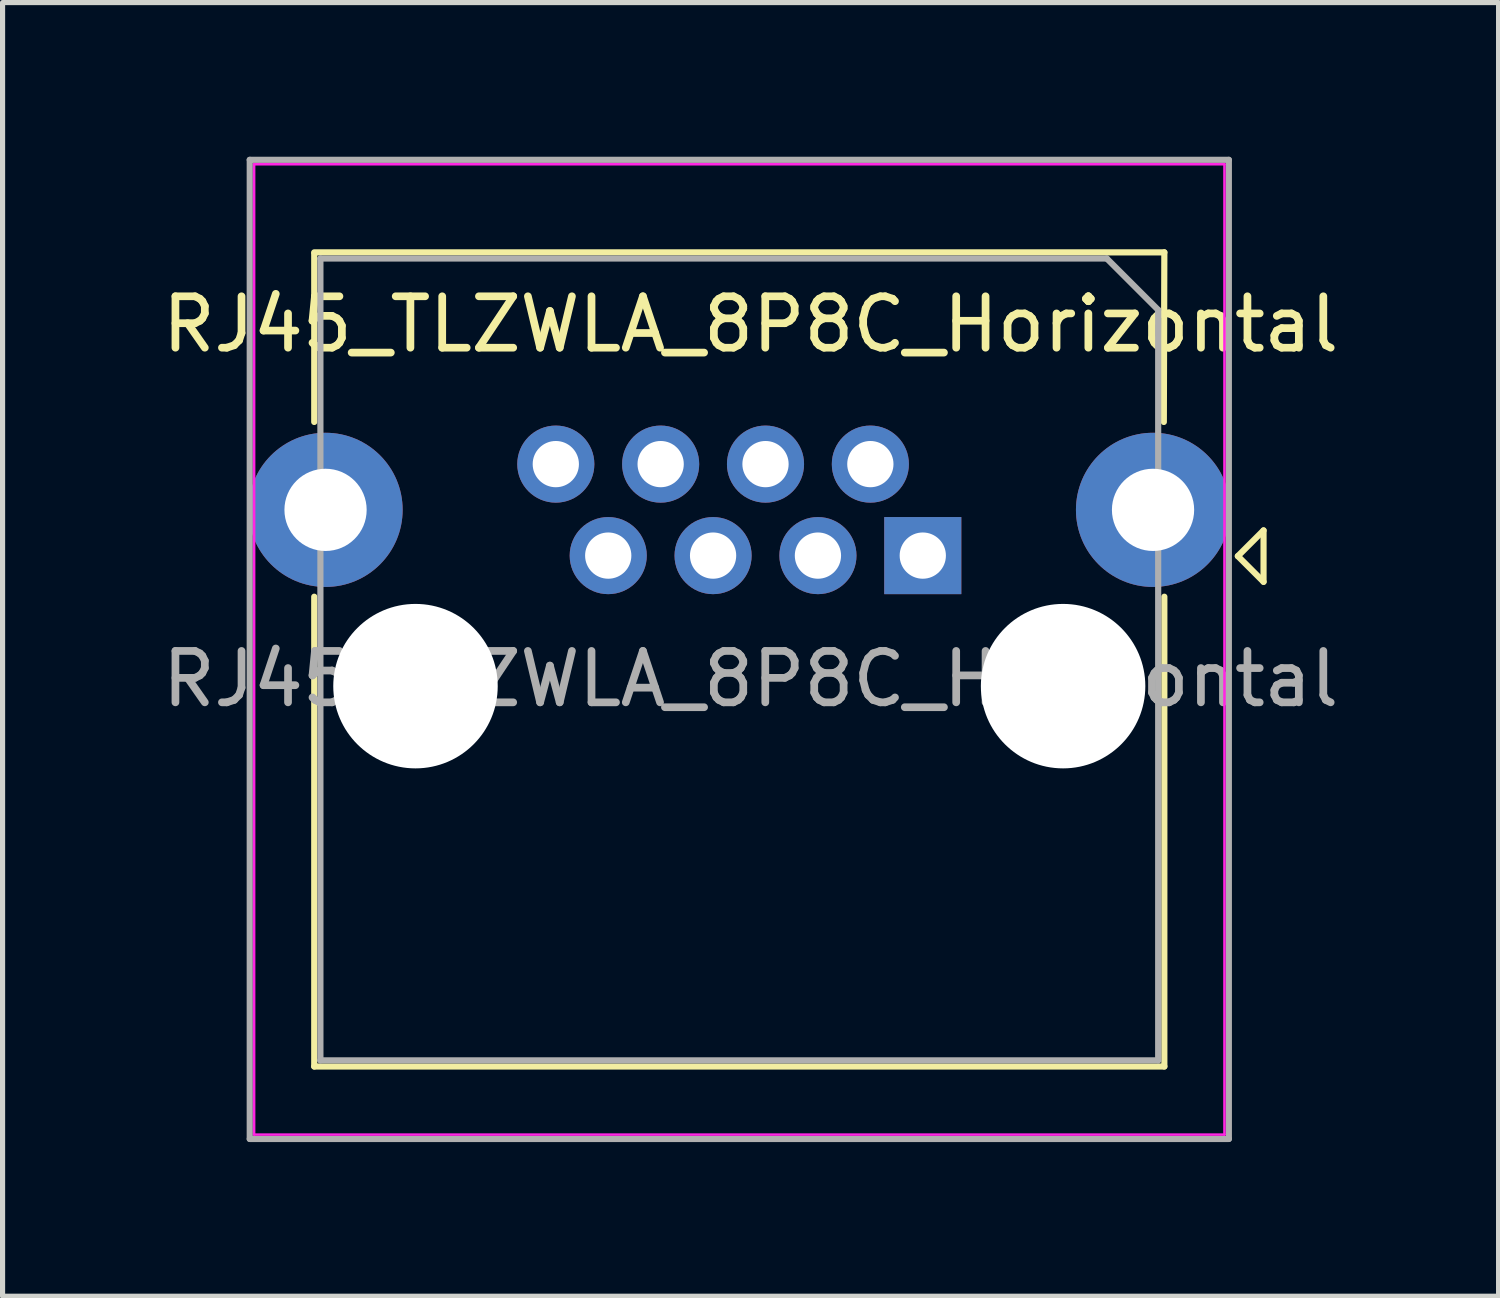
<source format=kicad_pcb>
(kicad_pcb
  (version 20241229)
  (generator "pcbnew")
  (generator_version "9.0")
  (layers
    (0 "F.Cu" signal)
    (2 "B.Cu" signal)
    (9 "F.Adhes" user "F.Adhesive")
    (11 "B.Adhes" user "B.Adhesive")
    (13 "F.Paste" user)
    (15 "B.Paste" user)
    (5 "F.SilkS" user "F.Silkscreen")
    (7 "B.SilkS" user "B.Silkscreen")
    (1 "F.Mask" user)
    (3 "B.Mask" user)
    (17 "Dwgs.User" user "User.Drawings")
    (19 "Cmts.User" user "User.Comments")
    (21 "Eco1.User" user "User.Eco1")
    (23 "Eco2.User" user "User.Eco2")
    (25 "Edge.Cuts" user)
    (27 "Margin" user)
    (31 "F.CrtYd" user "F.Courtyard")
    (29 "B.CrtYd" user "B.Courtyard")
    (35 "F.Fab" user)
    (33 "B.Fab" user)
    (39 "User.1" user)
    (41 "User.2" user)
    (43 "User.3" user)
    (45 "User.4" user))
  (footprint "RJ45_TLZWLA_8P8C_Horizontal"
    (layer "F.Cu")
    (at 14.904 7.76)
    (property "Reference" "RJ45_TLZWLA_8P8C_Horizontal" (at -3.35 -4.5 0) (layer "F.SilkS") (effects (font (size 1 1) (thickness 0.15))))
    (attr through_hole)
    (fp_line (start -11.84 -5.88) (end -11.84 -2.6) (stroke (width 0.12) (type solid)) (layer "F.SilkS"))
    (fp_line (start -11.84 0.8) (end -11.84 9.94) (stroke (width 0.12) (type solid)) (layer "F.SilkS"))
    (fp_line (start -11.84 9.94) (end 4.7 9.94) (stroke (width 0.12) (type solid)) (layer "F.SilkS"))
    (fp_line (start 4.7 -5.9) (end -11.84 -5.9) (stroke (width 0.12) (type solid)) (layer "F.SilkS"))
    (fp_line (start 4.7 -5.9) (end 4.69 -2.6) (stroke (width 0.12) (type solid)) (layer "F.SilkS"))
    (fp_line (start 4.7 0.8) (end 4.7 9.94) (stroke (width 0.12) (type solid)) (layer "F.SilkS"))
    (fp_line (start 6.13 0.01) (end 6.63 0.51) (stroke (width 0.12) (type solid)) (layer "F.SilkS"))
    (fp_line (start 6.63 -0.49) (end 6.13 0.01) (stroke (width 0.12) (type solid)) (layer "F.SilkS"))
    (fp_line (start 6.63 0.51) (end 6.63 -0.49) (stroke (width 0.12) (type solid)) (layer "F.SilkS"))
    (fp_line (start -13.01 -7.615) (end -13.01 11.265) (stroke (width 0.05) (type solid)) (layer "F.CrtYd"))
    (fp_line (start -13.01 -7.615) (end 5.87 -7.615) (stroke (width 0.05) (type solid)) (layer "F.CrtYd"))
    (fp_line (start 5.87 11.265) (end -13.01 11.265) (stroke (width 0.05) (type solid)) (layer "F.CrtYd"))
    (fp_line (start 5.87 11.265) (end 5.87 -7.615) (stroke (width 0.05) (type solid)) (layer "F.CrtYd"))
    (fp_line (start -13.095 -7.7) (end -13.095 11.35) (stroke (width 0.12) (type solid)) (layer "F.Fab"))
    (fp_line (start -13.095 -7.7) (end 5.955 -7.7) (stroke (width 0.12) (type solid)) (layer "F.Fab"))
    (fp_line (start -13.095 11.35) (end 5.955 11.35) (stroke (width 0.12) (type solid)) (layer "F.Fab"))
    (fp_line (start -11.72 -5.78) (end 3.58 -5.78) (stroke (width 0.12) (type solid)) (layer "F.Fab"))
    (fp_line (start -11.72 9.82) (end -11.72 -5.78) (stroke (width 0.12) (type solid)) (layer "F.Fab"))
    (fp_line (start 3.58 -5.78) (end 4.58 -4.78) (stroke (width 0.12) (type solid)) (layer "F.Fab"))
    (fp_line (start 4.58 -4.78) (end 4.58 9.82) (stroke (width 0.12) (type solid)) (layer "F.Fab"))
    (fp_line (start 4.58 9.82) (end -11.72 9.82) (stroke (width 0.12) (type solid)) (layer "F.Fab"))
    (fp_line (start 5.955 -7.7) (end 5.955 11.35) (stroke (width 0.12) (type solid)) (layer "F.Fab"))
    (fp_text user "${REFERENCE}" (at -3.35 2.4 0) (layer "F.Fab") (effects (font (size 1 1) (thickness 0.15))))
    (pad "" np_thru_hole circle (at -9.87 2.54) (size 3.2 3.2) (drill 3.2) (layers "*.Cu" "*.Mask"))
    (pad "" np_thru_hole circle (at 2.73 2.54) (size 3.2 3.2) (drill 3.2) (layers "*.Cu" "*.Mask"))
    (pad "1" thru_hole rect (at 0 0) (size 1.5 1.5) (drill 0.9) (layers "*.Cu" "*.Mask"))
    (pad "2" thru_hole circle (at -1.02 -1.78) (size 1.5 1.5) (drill 0.9) (layers "*.Cu" "*.Mask"))
    (pad "3" thru_hole circle (at -2.04 0) (size 1.5 1.5) (drill 0.9) (layers "*.Cu" "*.Mask"))
    (pad "4" thru_hole circle (at -3.06 -1.78) (size 1.5 1.5) (drill 0.9) (layers "*.Cu" "*.Mask"))
    (pad "5" thru_hole circle (at -4.08 0) (size 1.5 1.5) (drill 0.9) (layers "*.Cu" "*.Mask"))
    (pad "6" thru_hole circle (at -5.1 -1.78) (size 1.5 1.5) (drill 0.9) (layers "*.Cu" "*.Mask"))
    (pad "7" thru_hole circle (at -6.12 0) (size 1.5 1.5) (drill 0.9) (layers "*.Cu" "*.Mask"))
    (pad "8" thru_hole circle (at -7.14 -1.78) (size 1.5 1.5) (drill 0.9) (layers "*.Cu" "*.Mask"))
    (pad "SH" thru_hole circle (at -11.62 -0.89) (size 3 3) (drill 1.6) (layers "*.Cu" "*.Mask"))
    (pad "SH" thru_hole circle (at 4.48 -0.89) (size 3 3) (drill 1.6) (layers "*.Cu" "*.Mask")))
  (gr_rect
    (start -3 -3)
    (end 26.107 22.17)
    (stroke (width 0.1) (type default))
    (fill no)
    (layer "Edge.Cuts")))
</source>
